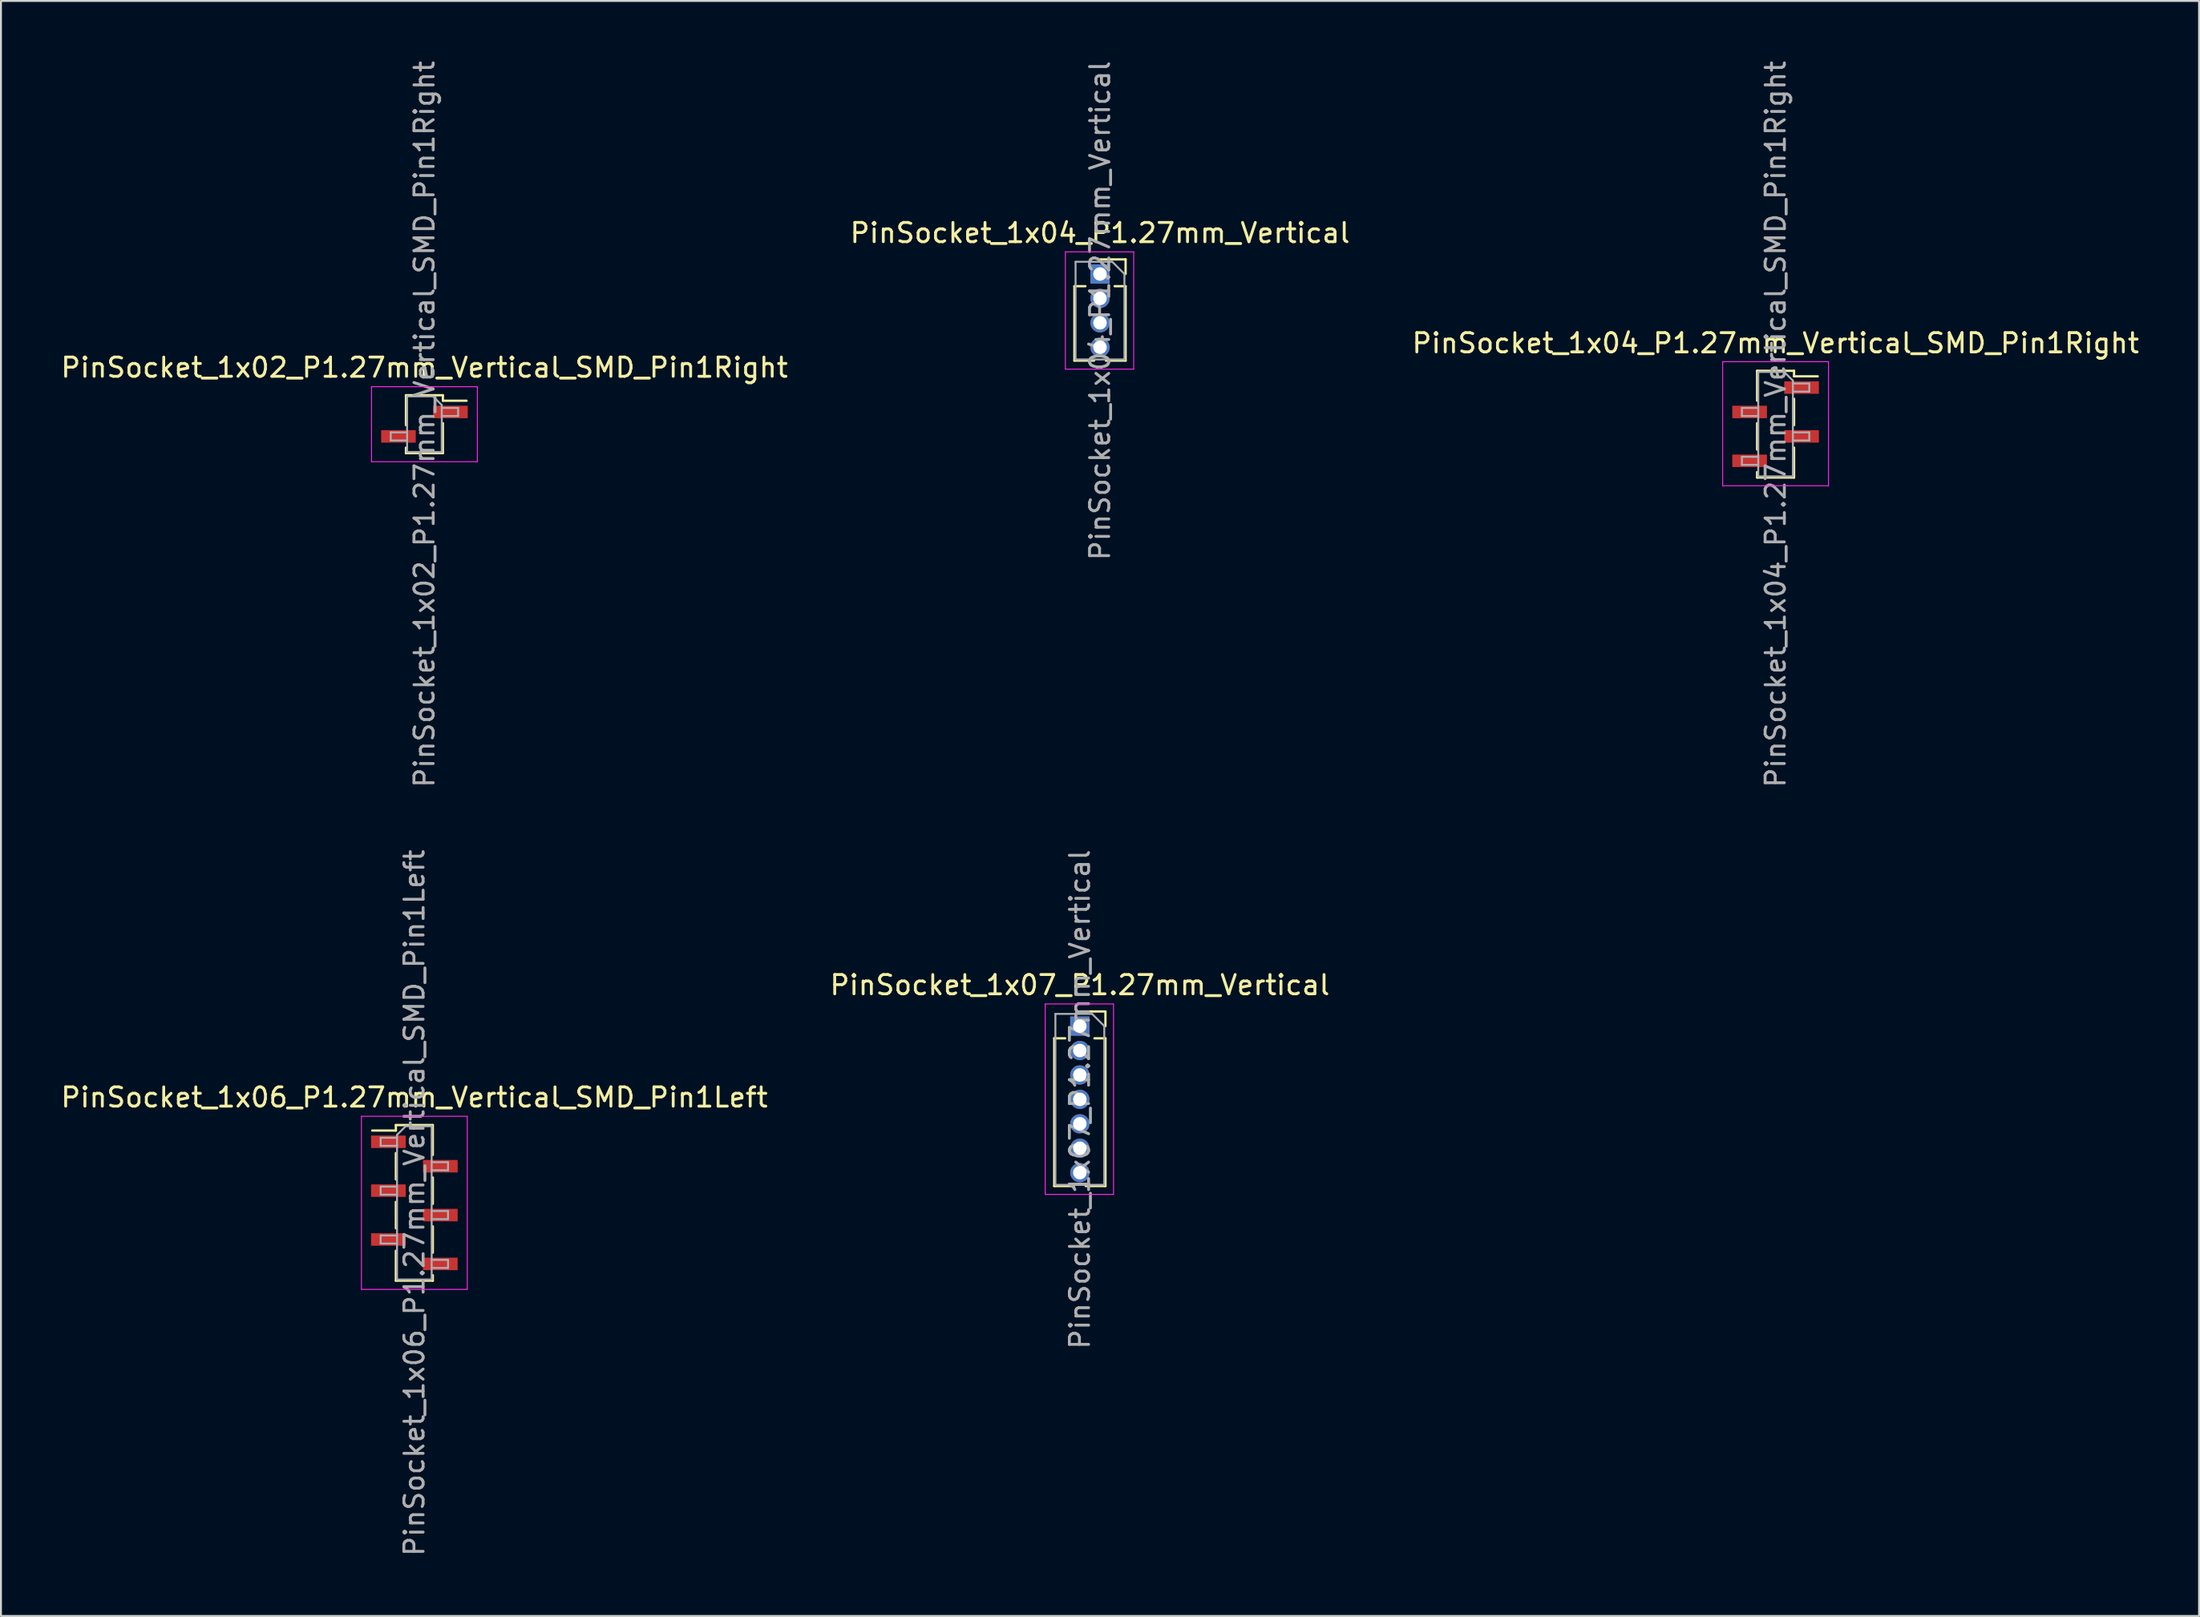
<source format=kicad_pcb>
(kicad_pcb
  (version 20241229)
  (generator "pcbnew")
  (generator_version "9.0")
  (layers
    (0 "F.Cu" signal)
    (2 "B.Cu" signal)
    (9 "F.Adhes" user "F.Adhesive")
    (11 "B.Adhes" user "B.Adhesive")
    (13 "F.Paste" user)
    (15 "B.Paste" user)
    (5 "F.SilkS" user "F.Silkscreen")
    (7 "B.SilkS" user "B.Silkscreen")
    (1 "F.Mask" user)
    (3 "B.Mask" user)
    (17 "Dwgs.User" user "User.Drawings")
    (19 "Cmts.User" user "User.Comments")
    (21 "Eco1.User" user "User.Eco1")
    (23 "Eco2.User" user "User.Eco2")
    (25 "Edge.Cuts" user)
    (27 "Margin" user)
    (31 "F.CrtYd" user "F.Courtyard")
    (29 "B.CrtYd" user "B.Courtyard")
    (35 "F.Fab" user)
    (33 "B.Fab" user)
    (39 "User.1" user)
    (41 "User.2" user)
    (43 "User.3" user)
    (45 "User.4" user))
  (footprint "PinSocket_1x07_P1.27mm_Vertical"
    (layer "F.Cu")
    (at 53.065 50.303)
    (property "Reference" "PinSocket_1x07_P1.27mm_Vertical" (at 0 -2.135 0) (layer "F.SilkS") (effects (font (size 1 1) (thickness 0.15))))
    (attr through_hole)
    (fp_line (start -1.33 0.635) (end -1.33 8.315) (stroke (width 0.12) (type solid)) (layer "F.SilkS"))
    (fp_line (start -1.33 0.635) (end -0.76 0.635) (stroke (width 0.12) (type solid)) (layer "F.SilkS"))
    (fp_line (start -1.33 8.315) (end -0.308 8.315) (stroke (width 0.12) (type solid)) (layer "F.SilkS"))
    (fp_line (start 0 -0.76) (end 1.33 -0.76) (stroke (width 0.12) (type solid)) (layer "F.SilkS"))
    (fp_line (start 0.308 8.315) (end 1.33 8.315) (stroke (width 0.12) (type solid)) (layer "F.SilkS"))
    (fp_line (start 0.76 0.635) (end 1.33 0.635) (stroke (width 0.12) (type solid)) (layer "F.SilkS"))
    (fp_line (start 1.33 -0.76) (end 1.33 0) (stroke (width 0.12) (type solid)) (layer "F.SilkS"))
    (fp_line (start 1.33 0.635) (end 1.33 8.315) (stroke (width 0.12) (type solid)) (layer "F.SilkS"))
    (fp_line (start -1.8 -1.15) (end 1.75 -1.15) (stroke (width 0.05) (type solid)) (layer "F.CrtYd"))
    (fp_line (start -1.8 8.75) (end -1.8 -1.15) (stroke (width 0.05) (type solid)) (layer "F.CrtYd"))
    (fp_line (start 1.75 -1.15) (end 1.75 8.75) (stroke (width 0.05) (type solid)) (layer "F.CrtYd"))
    (fp_line (start 1.75 8.75) (end -1.8 8.75) (stroke (width 0.05) (type solid)) (layer "F.CrtYd"))
    (fp_line (start -1.27 -0.635) (end 0.635 -0.635) (stroke (width 0.1) (type solid)) (layer "F.Fab"))
    (fp_line (start -1.27 8.255) (end -1.27 -0.635) (stroke (width 0.1) (type solid)) (layer "F.Fab"))
    (fp_line (start 0.635 -0.635) (end 1.27 0) (stroke (width 0.1) (type solid)) (layer "F.Fab"))
    (fp_line (start 1.27 0) (end 1.27 8.255) (stroke (width 0.1) (type solid)) (layer "F.Fab"))
    (fp_line (start 1.27 8.255) (end -1.27 8.255) (stroke (width 0.1) (type solid)) (layer "F.Fab"))
    (fp_text user "${REFERENCE}" (at 0 3.81 90) (layer "F.Fab") (effects (font (size 1 1) (thickness 0.15))))
    (pad "1" thru_hole rect (at 0 0) (size 1 1) (drill 0.7) (layers "*.Cu" "*.Mask"))
    (pad "2" thru_hole oval (at 0 1.27) (size 1 1) (drill 0.7) (layers "*.Cu" "*.Mask"))
    (pad "3" thru_hole oval (at 0 2.54) (size 1 1) (drill 0.7) (layers "*.Cu" "*.Mask"))
    (pad "4" thru_hole oval (at 0 3.81) (size 1 1) (drill 0.7) (layers "*.Cu" "*.Mask"))
    (pad "5" thru_hole oval (at 0 5.08) (size 1 1) (drill 0.7) (layers "*.Cu" "*.Mask"))
    (pad "6" thru_hole oval (at 0 6.35) (size 1 1) (drill 0.7) (layers "*.Cu" "*.Mask"))
    (pad "7" thru_hole oval (at 0 7.62) (size 1 1) (drill 0.7) (layers "*.Cu" "*.Mask")))
  (footprint "PinSocket_1x04_P1.27mm_Vertical_SMD_Pin1Right"
    (layer "F.Cu")
    (at 89.22 19.006)
    (property "Reference" "PinSocket_1x04_P1.27mm_Vertical_SMD_Pin1Right" (at 0 -4.215 0) (layer "F.SilkS") (effects (font (size 1 1) (thickness 0.15))))
    (attr smd)
    (fp_line (start -0.96 -2.775) (end -0.96 -1.22) (stroke (width 0.12) (type solid)) (layer "F.SilkS"))
    (fp_line (start -0.96 -2.775) (end 0.96 -2.775) (stroke (width 0.12) (type solid)) (layer "F.SilkS"))
    (fp_line (start -0.96 -0.05) (end -0.96 1.32) (stroke (width 0.12) (type solid)) (layer "F.SilkS"))
    (fp_line (start -0.96 2.49) (end -0.96 2.775) (stroke (width 0.12) (type solid)) (layer "F.SilkS"))
    (fp_line (start -0.96 2.775) (end 0.96 2.775) (stroke (width 0.12) (type solid)) (layer "F.SilkS"))
    (fp_line (start 0.96 -2.775) (end 0.96 -2.49) (stroke (width 0.12) (type solid)) (layer "F.SilkS"))
    (fp_line (start 0.96 -2.49) (end 2.19 -2.49) (stroke (width 0.12) (type solid)) (layer "F.SilkS"))
    (fp_line (start 0.96 -1.32) (end 0.96 0.05) (stroke (width 0.12) (type solid)) (layer "F.SilkS"))
    (fp_line (start 0.96 1.22) (end 0.96 2.775) (stroke (width 0.12) (type solid)) (layer "F.SilkS"))
    (fp_line (start -2.75 -3.25) (end 2.75 -3.25) (stroke (width 0.05) (type solid)) (layer "F.CrtYd"))
    (fp_line (start -2.75 3.2) (end -2.75 -3.25) (stroke (width 0.05) (type solid)) (layer "F.CrtYd"))
    (fp_line (start 2.75 -3.25) (end 2.75 3.2) (stroke (width 0.05) (type solid)) (layer "F.CrtYd"))
    (fp_line (start 2.75 3.2) (end -2.75 3.2) (stroke (width 0.05) (type solid)) (layer "F.CrtYd"))
    (fp_line (start -1.75 -0.845) (end -0.9 -0.845) (stroke (width 0.1) (type solid)) (layer "F.Fab"))
    (fp_line (start -1.75 -0.425) (end -1.75 -0.845) (stroke (width 0.1) (type solid)) (layer "F.Fab"))
    (fp_line (start -1.75 1.695) (end -0.9 1.695) (stroke (width 0.1) (type solid)) (layer "F.Fab"))
    (fp_line (start -1.75 2.115) (end -1.75 1.695) (stroke (width 0.1) (type solid)) (layer "F.Fab"))
    (fp_line (start -0.9 -2.715) (end 0.45 -2.715) (stroke (width 0.1) (type solid)) (layer "F.Fab"))
    (fp_line (start -0.9 -0.425) (end -1.75 -0.425) (stroke (width 0.1) (type solid)) (layer "F.Fab"))
    (fp_line (start -0.9 2.115) (end -1.75 2.115) (stroke (width 0.1) (type solid)) (layer "F.Fab"))
    (fp_line (start -0.9 2.715) (end -0.9 -2.715) (stroke (width 0.1) (type solid)) (layer "F.Fab"))
    (fp_line (start 0.45 -2.715) (end 0.9 -2.265) (stroke (width 0.1) (type solid)) (layer "F.Fab"))
    (fp_line (start 0.9 -2.265) (end 0.9 2.715) (stroke (width 0.1) (type solid)) (layer "F.Fab"))
    (fp_line (start 0.9 -2.115) (end 1.75 -2.115) (stroke (width 0.1) (type solid)) (layer "F.Fab"))
    (fp_line (start 0.9 0.425) (end 1.75 0.425) (stroke (width 0.1) (type solid)) (layer "F.Fab"))
    (fp_line (start 0.9 2.715) (end -0.9 2.715) (stroke (width 0.1) (type solid)) (layer "F.Fab"))
    (fp_line (start 1.75 -2.115) (end 1.75 -1.695) (stroke (width 0.1) (type solid)) (layer "F.Fab"))
    (fp_line (start 1.75 -1.695) (end 0.9 -1.695) (stroke (width 0.1) (type solid)) (layer "F.Fab"))
    (fp_line (start 1.75 0.425) (end 1.75 0.845) (stroke (width 0.1) (type solid)) (layer "F.Fab"))
    (fp_line (start 1.75 0.845) (end 0.9 0.845) (stroke (width 0.1) (type solid)) (layer "F.Fab"))
    (fp_text user "${REFERENCE}" (at 0 0 90) (layer "F.Fab") (effects (font (size 1 1) (thickness 0.15))))
    (pad "1" smd rect (at 1.35 -1.905) (size 1.8 0.65) (layers "F.Cu" "F.Mask" "F.Paste"))
    (pad "2" smd rect (at -1.35 -0.635) (size 1.8 0.65) (layers "F.Cu" "F.Mask" "F.Paste"))
    (pad "3" smd rect (at 1.35 0.635) (size 1.8 0.65) (layers "F.Cu" "F.Mask" "F.Paste"))
    (pad "4" smd rect (at -1.35 1.905) (size 1.8 0.65) (layers "F.Cu" "F.Mask" "F.Paste")))
  (footprint "PinSocket_1x06_P1.27mm_Vertical_SMD_Pin1Left"
    (layer "F.Cu")
    (at 18.482 59.494)
    (property "Reference" "PinSocket_1x06_P1.27mm_Vertical_SMD_Pin1Left" (at 0 -5.485 0) (layer "F.SilkS") (effects (font (size 1 1) (thickness 0.15))))
    (attr smd)
    (fp_line (start -2.19 -3.76) (end -0.96 -3.76) (stroke (width 0.12) (type solid)) (layer "F.SilkS"))
    (fp_line (start -0.96 -4.045) (end -0.96 -3.76) (stroke (width 0.12) (type solid)) (layer "F.SilkS"))
    (fp_line (start -0.96 -4.045) (end 0.96 -4.045) (stroke (width 0.12) (type solid)) (layer "F.SilkS"))
    (fp_line (start -0.96 -2.59) (end -0.96 -1.22) (stroke (width 0.12) (type solid)) (layer "F.SilkS"))
    (fp_line (start -0.96 -0.05) (end -0.96 1.32) (stroke (width 0.12) (type solid)) (layer "F.SilkS"))
    (fp_line (start -0.96 2.49) (end -0.96 4.045) (stroke (width 0.12) (type solid)) (layer "F.SilkS"))
    (fp_line (start -0.96 4.045) (end 0.96 4.045) (stroke (width 0.12) (type solid)) (layer "F.SilkS"))
    (fp_line (start 0.96 -4.045) (end 0.96 -2.49) (stroke (width 0.12) (type solid)) (layer "F.SilkS"))
    (fp_line (start 0.96 -1.32) (end 0.96 0.05) (stroke (width 0.12) (type solid)) (layer "F.SilkS"))
    (fp_line (start 0.96 1.22) (end 0.96 2.59) (stroke (width 0.12) (type solid)) (layer "F.SilkS"))
    (fp_line (start 0.96 3.76) (end 0.96 4.045) (stroke (width 0.12) (type solid)) (layer "F.SilkS"))
    (fp_line (start -2.75 -4.5) (end 2.75 -4.5) (stroke (width 0.05) (type solid)) (layer "F.CrtYd"))
    (fp_line (start -2.75 4.5) (end -2.75 -4.5) (stroke (width 0.05) (type solid)) (layer "F.CrtYd"))
    (fp_line (start 2.75 -4.5) (end 2.75 4.5) (stroke (width 0.05) (type solid)) (layer "F.CrtYd"))
    (fp_line (start 2.75 4.5) (end -2.75 4.5) (stroke (width 0.05) (type solid)) (layer "F.CrtYd"))
    (fp_line (start -1.75 -3.385) (end -0.9 -3.385) (stroke (width 0.1) (type solid)) (layer "F.Fab"))
    (fp_line (start -1.75 -2.965) (end -1.75 -3.385) (stroke (width 0.1) (type solid)) (layer "F.Fab"))
    (fp_line (start -1.75 -0.845) (end -0.9 -0.845) (stroke (width 0.1) (type solid)) (layer "F.Fab"))
    (fp_line (start -1.75 -0.425) (end -1.75 -0.845) (stroke (width 0.1) (type solid)) (layer "F.Fab"))
    (fp_line (start -1.75 1.695) (end -0.9 1.695) (stroke (width 0.1) (type solid)) (layer "F.Fab"))
    (fp_line (start -1.75 2.115) (end -1.75 1.695) (stroke (width 0.1) (type solid)) (layer "F.Fab"))
    (fp_line (start -0.9 -3.535) (end -0.45 -3.985) (stroke (width 0.1) (type solid)) (layer "F.Fab"))
    (fp_line (start -0.9 -2.965) (end -1.75 -2.965) (stroke (width 0.1) (type solid)) (layer "F.Fab"))
    (fp_line (start -0.9 -0.425) (end -1.75 -0.425) (stroke (width 0.1) (type solid)) (layer "F.Fab"))
    (fp_line (start -0.9 2.115) (end -1.75 2.115) (stroke (width 0.1) (type solid)) (layer "F.Fab"))
    (fp_line (start -0.9 3.985) (end -0.9 -3.535) (stroke (width 0.1) (type solid)) (layer "F.Fab"))
    (fp_line (start -0.45 -3.985) (end 0.9 -3.985) (stroke (width 0.1) (type solid)) (layer "F.Fab"))
    (fp_line (start 0.9 -3.985) (end 0.9 3.985) (stroke (width 0.1) (type solid)) (layer "F.Fab"))
    (fp_line (start 0.9 -2.115) (end 1.75 -2.115) (stroke (width 0.1) (type solid)) (layer "F.Fab"))
    (fp_line (start 0.9 0.425) (end 1.75 0.425) (stroke (width 0.1) (type solid)) (layer "F.Fab"))
    (fp_line (start 0.9 2.965) (end 1.75 2.965) (stroke (width 0.1) (type solid)) (layer "F.Fab"))
    (fp_line (start 0.9 3.985) (end -0.9 3.985) (stroke (width 0.1) (type solid)) (layer "F.Fab"))
    (fp_line (start 1.75 -2.115) (end 1.75 -1.695) (stroke (width 0.1) (type solid)) (layer "F.Fab"))
    (fp_line (start 1.75 -1.695) (end 0.9 -1.695) (stroke (width 0.1) (type solid)) (layer "F.Fab"))
    (fp_line (start 1.75 0.425) (end 1.75 0.845) (stroke (width 0.1) (type solid)) (layer "F.Fab"))
    (fp_line (start 1.75 0.845) (end 0.9 0.845) (stroke (width 0.1) (type solid)) (layer "F.Fab"))
    (fp_line (start 1.75 2.965) (end 1.75 3.385) (stroke (width 0.1) (type solid)) (layer "F.Fab"))
    (fp_line (start 1.75 3.385) (end 0.9 3.385) (stroke (width 0.1) (type solid)) (layer "F.Fab"))
    (fp_text user "${REFERENCE}" (at 0 0 90) (layer "F.Fab") (effects (font (size 1 1) (thickness 0.15))))
    (pad "1" smd rect (at -1.35 -3.175) (size 1.8 0.65) (layers "F.Cu" "F.Mask" "F.Paste"))
    (pad "2" smd rect (at 1.35 -1.905) (size 1.8 0.65) (layers "F.Cu" "F.Mask" "F.Paste"))
    (pad "3" smd rect (at -1.35 -0.635) (size 1.8 0.65) (layers "F.Cu" "F.Mask" "F.Paste"))
    (pad "4" smd rect (at 1.35 0.635) (size 1.8 0.65) (layers "F.Cu" "F.Mask" "F.Paste"))
    (pad "5" smd rect (at -1.35 1.905) (size 1.8 0.65) (layers "F.Cu" "F.Mask" "F.Paste"))
    (pad "6" smd rect (at 1.35 3.175) (size 1.8 0.65) (layers "F.Cu" "F.Mask" "F.Paste")))
  (footprint "PinSocket_1x02_P1.27mm_Vertical_SMD_Pin1Right"
    (layer "F.Cu")
    (at 19.006 19.006)
    (property "Reference" "PinSocket_1x02_P1.27mm_Vertical_SMD_Pin1Right" (at 0 -2.945 0) (layer "F.SilkS") (effects (font (size 1 1) (thickness 0.15))))
    (attr smd)
    (fp_line (start -0.96 -1.505) (end -0.96 0.05) (stroke (width 0.12) (type solid)) (layer "F.SilkS"))
    (fp_line (start -0.96 -1.505) (end 0.96 -1.505) (stroke (width 0.12) (type solid)) (layer "F.SilkS"))
    (fp_line (start -0.96 1.22) (end -0.96 1.505) (stroke (width 0.12) (type solid)) (layer "F.SilkS"))
    (fp_line (start -0.96 1.505) (end 0.96 1.505) (stroke (width 0.12) (type solid)) (layer "F.SilkS"))
    (fp_line (start 0.96 -1.505) (end 0.96 -1.22) (stroke (width 0.12) (type solid)) (layer "F.SilkS"))
    (fp_line (start 0.96 -1.22) (end 2.19 -1.22) (stroke (width 0.12) (type solid)) (layer "F.SilkS"))
    (fp_line (start 0.96 -0.05) (end 0.96 1.505) (stroke (width 0.12) (type solid)) (layer "F.SilkS"))
    (fp_line (start -2.75 -1.95) (end 2.75 -1.95) (stroke (width 0.05) (type solid)) (layer "F.CrtYd"))
    (fp_line (start -2.75 1.95) (end -2.75 -1.95) (stroke (width 0.05) (type solid)) (layer "F.CrtYd"))
    (fp_line (start 2.75 -1.95) (end 2.75 1.95) (stroke (width 0.05) (type solid)) (layer "F.CrtYd"))
    (fp_line (start 2.75 1.95) (end -2.75 1.95) (stroke (width 0.05) (type solid)) (layer "F.CrtYd"))
    (fp_line (start -1.75 0.425) (end -0.9 0.425) (stroke (width 0.1) (type solid)) (layer "F.Fab"))
    (fp_line (start -1.75 0.845) (end -1.75 0.425) (stroke (width 0.1) (type solid)) (layer "F.Fab"))
    (fp_line (start -0.9 -1.445) (end 0.45 -1.445) (stroke (width 0.1) (type solid)) (layer "F.Fab"))
    (fp_line (start -0.9 0.845) (end -1.75 0.845) (stroke (width 0.1) (type solid)) (layer "F.Fab"))
    (fp_line (start -0.9 1.445) (end -0.9 -1.445) (stroke (width 0.1) (type solid)) (layer "F.Fab"))
    (fp_line (start 0.45 -1.445) (end 0.9 -0.995) (stroke (width 0.1) (type solid)) (layer "F.Fab"))
    (fp_line (start 0.9 -0.995) (end 0.9 1.445) (stroke (width 0.1) (type solid)) (layer "F.Fab"))
    (fp_line (start 0.9 -0.845) (end 1.75 -0.845) (stroke (width 0.1) (type solid)) (layer "F.Fab"))
    (fp_line (start 0.9 1.445) (end -0.9 1.445) (stroke (width 0.1) (type solid)) (layer "F.Fab"))
    (fp_line (start 1.75 -0.845) (end 1.75 -0.425) (stroke (width 0.1) (type solid)) (layer "F.Fab"))
    (fp_line (start 1.75 -0.425) (end 0.9 -0.425) (stroke (width 0.1) (type solid)) (layer "F.Fab"))
    (fp_text user "${REFERENCE}" (at 0 0 90) (layer "F.Fab") (effects (font (size 1 1) (thickness 0.15))))
    (pad "1" smd rect (at 1.35 -0.635) (size 1.8 0.65) (layers "F.Cu" "F.Mask" "F.Paste"))
    (pad "2" smd rect (at -1.35 0.635) (size 1.8 0.65) (layers "F.Cu" "F.Mask" "F.Paste")))
  (footprint "PinSocket_1x04_P1.27mm_Vertical"
    (layer "F.Cu")
    (at 54.113 11.196)
    (property "Reference" "PinSocket_1x04_P1.27mm_Vertical" (at 0 -2.135 0) (layer "F.SilkS") (effects (font (size 1 1) (thickness 0.15))))
    (attr through_hole)
    (fp_line (start -1.33 0.635) (end -1.33 4.505) (stroke (width 0.12) (type solid)) (layer "F.SilkS"))
    (fp_line (start -1.33 0.635) (end -0.76 0.635) (stroke (width 0.12) (type solid)) (layer "F.SilkS"))
    (fp_line (start -1.33 4.505) (end -0.308 4.505) (stroke (width 0.12) (type solid)) (layer "F.SilkS"))
    (fp_line (start 0 -0.76) (end 1.33 -0.76) (stroke (width 0.12) (type solid)) (layer "F.SilkS"))
    (fp_line (start 0.308 4.505) (end 1.33 4.505) (stroke (width 0.12) (type solid)) (layer "F.SilkS"))
    (fp_line (start 0.76 0.635) (end 1.33 0.635) (stroke (width 0.12) (type solid)) (layer "F.SilkS"))
    (fp_line (start 1.33 -0.76) (end 1.33 0) (stroke (width 0.12) (type solid)) (layer "F.SilkS"))
    (fp_line (start 1.33 0.635) (end 1.33 4.505) (stroke (width 0.12) (type solid)) (layer "F.SilkS"))
    (fp_line (start -1.8 -1.15) (end 1.75 -1.15) (stroke (width 0.05) (type solid)) (layer "F.CrtYd"))
    (fp_line (start -1.8 4.95) (end -1.8 -1.15) (stroke (width 0.05) (type solid)) (layer "F.CrtYd"))
    (fp_line (start 1.75 -1.15) (end 1.75 4.95) (stroke (width 0.05) (type solid)) (layer "F.CrtYd"))
    (fp_line (start 1.75 4.95) (end -1.8 4.95) (stroke (width 0.05) (type solid)) (layer "F.CrtYd"))
    (fp_line (start -1.27 -0.635) (end 0.635 -0.635) (stroke (width 0.1) (type solid)) (layer "F.Fab"))
    (fp_line (start -1.27 4.445) (end -1.27 -0.635) (stroke (width 0.1) (type solid)) (layer "F.Fab"))
    (fp_line (start 0.635 -0.635) (end 1.27 0) (stroke (width 0.1) (type solid)) (layer "F.Fab"))
    (fp_line (start 1.27 0) (end 1.27 4.445) (stroke (width 0.1) (type solid)) (layer "F.Fab"))
    (fp_line (start 1.27 4.445) (end -1.27 4.445) (stroke (width 0.1) (type solid)) (layer "F.Fab"))
    (fp_text user "${REFERENCE}" (at 0 1.905 90) (layer "F.Fab") (effects (font (size 1 1) (thickness 0.15))))
    (pad "1" thru_hole rect (at 0 0) (size 1 1) (drill 0.7) (layers "*.Cu" "*.Mask"))
    (pad "2" thru_hole oval (at 0 1.27) (size 1 1) (drill 0.7) (layers "*.Cu" "*.Mask"))
    (pad "3" thru_hole oval (at 0 2.54) (size 1 1) (drill 0.7) (layers "*.Cu" "*.Mask"))
    (pad "4" thru_hole oval (at 0 3.81) (size 1 1) (drill 0.7) (layers "*.Cu" "*.Mask")))
  (gr_rect
    (start -3 -3)
    (end 111.226 80.976)
    (stroke (width 0.1) (type default))
    (fill no)
    (layer "Edge.Cuts")))
</source>
